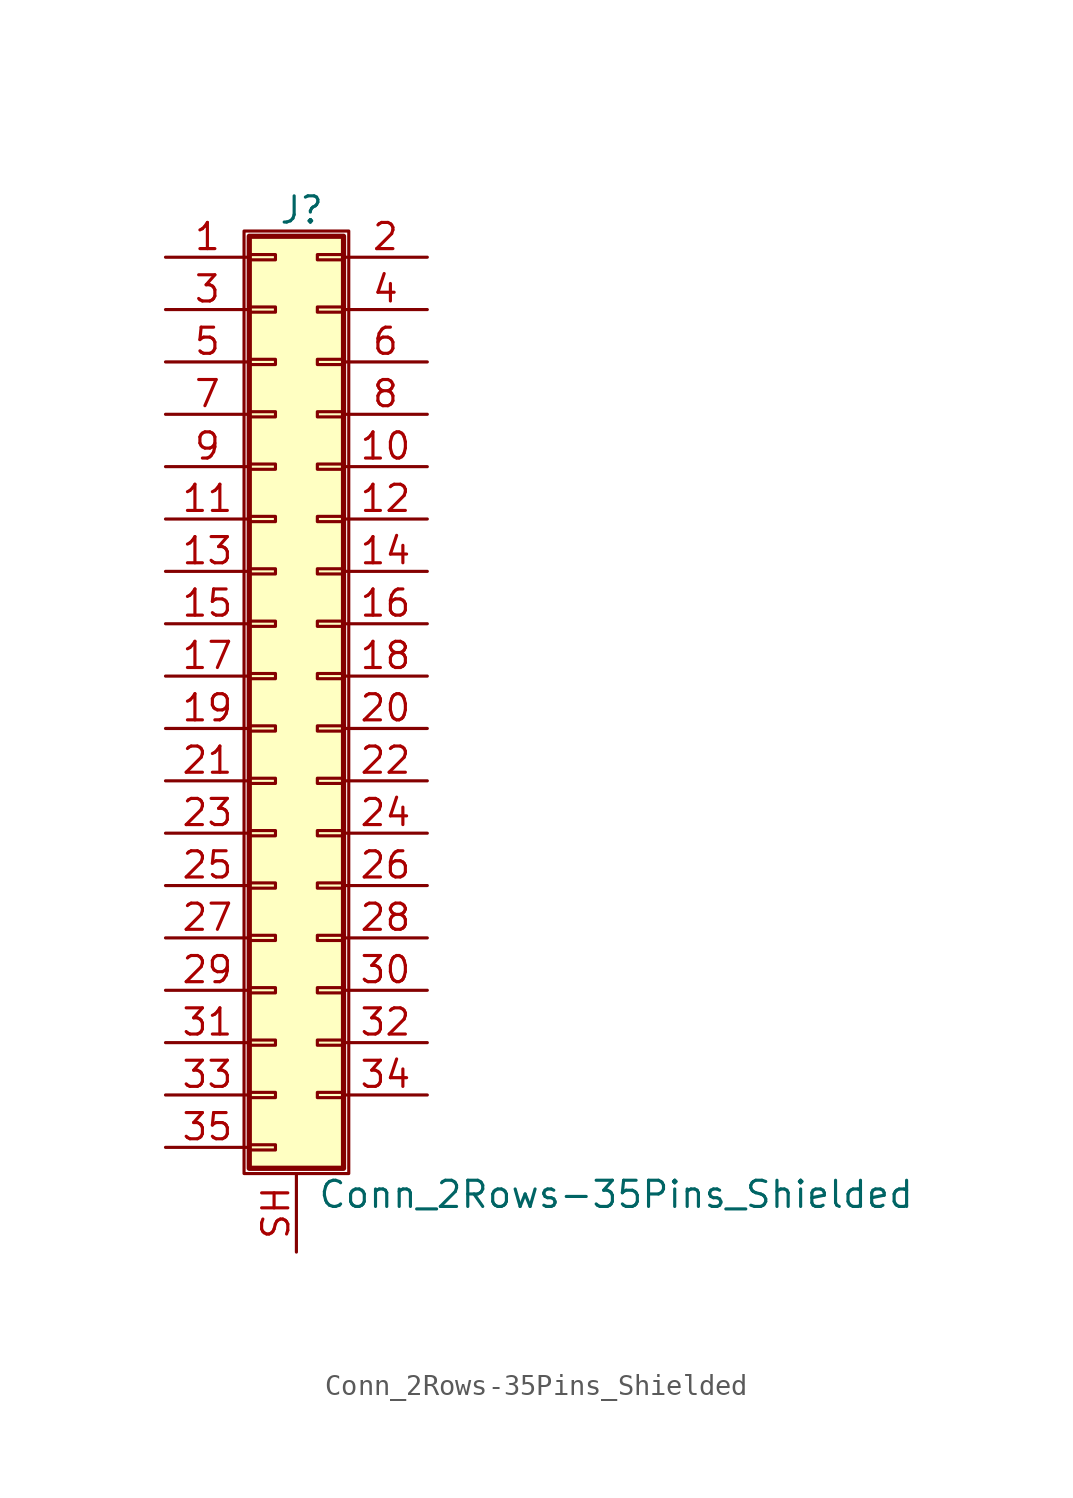
<source format=kicad_sym>
(kicad_symbol_lib
  (version 20220914)
  (generator kicad_symbol_editor)
  (symbol "Conn_2Rows-35Pins_Shielded"
    (pin_names
      (offset 1.016) hide)
    (property "Reference" "J"
      (at 1.524 22.606 0)
      (effects (font (size 1.27 1.27))))
    (property "Value" "Conn_2Rows-35Pins_Shielded"
      (at 2.286 -25.146 0)
      (effects (font (size 1.27 1.27)) (justify left)))
    (symbol "Conn_2Rows-35Pins_Shielded_1_1"
      (rectangle (start -1.27 21.59) (end 3.81 -24.13) (stroke (width 0.152) (type default)) (fill (type none)))
      (rectangle (start -1.016 -22.733) (end 0.254 -22.987) (stroke (width 0.152) (type default)) (fill (type none)))
      (rectangle (start -1.016 -20.193) (end 0.254 -20.447) (stroke (width 0.152) (type default)) (fill (type none)))
      (rectangle (start -1.016 -17.653) (end 0.254 -17.907) (stroke (width 0.152) (type default)) (fill (type none)))
      (rectangle (start -1.016 -15.113) (end 0.254 -15.367) (stroke (width 0.152) (type default)) (fill (type none)))
      (rectangle (start -1.016 -12.573) (end 0.254 -12.827) (stroke (width 0.152) (type default)) (fill (type none)))
      (rectangle (start -1.016 -10.033) (end 0.254 -10.287) (stroke (width 0.152) (type default)) (fill (type none)))
      (rectangle (start -1.016 -7.493) (end 0.254 -7.747) (stroke (width 0.152) (type default)) (fill (type none)))
      (rectangle (start -1.016 -4.953) (end 0.254 -5.207) (stroke (width 0.152) (type default)) (fill (type none)))
      (rectangle (start -1.016 -2.413) (end 0.254 -2.667) (stroke (width 0.152) (type default)) (fill (type none)))
      (rectangle (start -1.016 0.127) (end 0.254 -0.127) (stroke (width 0.152) (type default)) (fill (type none)))
      (rectangle (start -1.016 2.667) (end 0.254 2.413) (stroke (width 0.152) (type default)) (fill (type none)))
      (rectangle (start -1.016 5.207) (end 0.254 4.953) (stroke (width 0.152) (type default)) (fill (type none)))
      (rectangle (start -1.016 7.747) (end 0.254 7.493) (stroke (width 0.152) (type default)) (fill (type none)))
      (rectangle (start -1.016 10.287) (end 0.254 10.033) (stroke (width 0.152) (type default)) (fill (type none)))
      (rectangle (start -1.016 12.827) (end 0.254 12.573) (stroke (width 0.152) (type default)) (fill (type none)))
      (rectangle (start -1.016 15.367) (end 0.254 15.113) (stroke (width 0.152) (type default)) (fill (type none)))
      (rectangle (start -1.016 17.907) (end 0.254 17.653) (stroke (width 0.152) (type default)) (fill (type none)))
      (rectangle (start -1.016 20.447) (end 0.254 20.193) (stroke (width 0.152) (type default)) (fill (type none)))
      (rectangle (start -1.016 21.336) (end 3.556 -23.876) (stroke (width 0.254) (type default)) (fill (type background)))
      (rectangle (start 3.556 -20.193) (end 2.286 -20.447) (stroke (width 0.152) (type default)) (fill (type none)))
      (rectangle (start 3.556 -17.653) (end 2.286 -17.907) (stroke (width 0.152) (type default)) (fill (type none)))
      (rectangle (start 3.556 -15.113) (end 2.286 -15.367) (stroke (width 0.152) (type default)) (fill (type none)))
      (rectangle (start 3.556 -12.573) (end 2.286 -12.827) (stroke (width 0.152) (type default)) (fill (type none)))
      (rectangle (start 3.556 -10.033) (end 2.286 -10.287) (stroke (width 0.152) (type default)) (fill (type none)))
      (rectangle (start 3.556 -7.493) (end 2.286 -7.747) (stroke (width 0.152) (type default)) (fill (type none)))
      (rectangle (start 3.556 -4.953) (end 2.286 -5.207) (stroke (width 0.152) (type default)) (fill (type none)))
      (rectangle (start 3.556 -2.413) (end 2.286 -2.667) (stroke (width 0.152) (type default)) (fill (type none)))
      (rectangle (start 3.556 0.127) (end 2.286 -0.127) (stroke (width 0.152) (type default)) (fill (type none)))
      (rectangle (start 3.556 2.667) (end 2.286 2.413) (stroke (width 0.152) (type default)) (fill (type none)))
      (rectangle (start 3.556 5.207) (end 2.286 4.953) (stroke (width 0.152) (type default)) (fill (type none)))
      (rectangle (start 3.556 7.747) (end 2.286 7.493) (stroke (width 0.152) (type default)) (fill (type none)))
      (rectangle (start 3.556 10.287) (end 2.286 10.033) (stroke (width 0.152) (type default)) (fill (type none)))
      (rectangle (start 3.556 12.827) (end 2.286 12.573) (stroke (width 0.152) (type default)) (fill (type none)))
      (rectangle (start 3.556 15.367) (end 2.286 15.113) (stroke (width 0.152) (type default)) (fill (type none)))
      (rectangle (start 3.556 17.907) (end 2.286 17.653) (stroke (width 0.152) (type default)) (fill (type none)))
      (rectangle (start 3.556 20.447) (end 2.286 20.193) (stroke (width 0.152) (type default)) (fill (type none)))
      (pin passive line (at -5.08 20.32 0) (length 4.064) (name "Pin_1" (effects (font (size 1.27 1.27)))) (number "1" (effects (font (size 1.27 1.27)))))
      (pin passive line (at 7.62 10.16 180) (length 4.064) (name "Pin_10" (effects (font (size 1.27 1.27)))) (number "10" (effects (font (size 1.27 1.27)))))
      (pin passive line (at -5.08 7.62 0) (length 4.064) (name "Pin_11" (effects (font (size 1.27 1.27)))) (number "11" (effects (font (size 1.27 1.27)))))
      (pin passive line (at 7.62 7.62 180) (length 4.064) (name "Pin_12" (effects (font (size 1.27 1.27)))) (number "12" (effects (font (size 1.27 1.27)))))
      (pin passive line (at -5.08 5.08 0) (length 4.064) (name "Pin_13" (effects (font (size 1.27 1.27)))) (number "13" (effects (font (size 1.27 1.27)))))
      (pin passive line (at 7.62 5.08 180) (length 4.064) (name "Pin_14" (effects (font (size 1.27 1.27)))) (number "14" (effects (font (size 1.27 1.27)))))
      (pin passive line (at -5.08 2.54 0) (length 4.064) (name "Pin_15" (effects (font (size 1.27 1.27)))) (number "15" (effects (font (size 1.27 1.27)))))
      (pin passive line (at 7.62 2.54 180) (length 4.064) (name "Pin_16" (effects (font (size 1.27 1.27)))) (number "16" (effects (font (size 1.27 1.27)))))
      (pin passive line (at -5.08 0 0) (length 4.064) (name "Pin_17" (effects (font (size 1.27 1.27)))) (number "17" (effects (font (size 1.27 1.27)))))
      (pin passive line (at 7.62 0 180) (length 4.064) (name "Pin_18" (effects (font (size 1.27 1.27)))) (number "18" (effects (font (size 1.27 1.27)))))
      (pin passive line (at -5.08 -2.54 0) (length 4.064) (name "Pin_19" (effects (font (size 1.27 1.27)))) (number "19" (effects (font (size 1.27 1.27)))))
      (pin passive line (at 7.62 20.32 180) (length 4.064) (name "Pin_2" (effects (font (size 1.27 1.27)))) (number "2" (effects (font (size 1.27 1.27)))))
      (pin passive line (at 7.62 -2.54 180) (length 4.064) (name "Pin_20" (effects (font (size 1.27 1.27)))) (number "20" (effects (font (size 1.27 1.27)))))
      (pin passive line (at -5.08 -5.08 0) (length 4.064) (name "Pin_21" (effects (font (size 1.27 1.27)))) (number "21" (effects (font (size 1.27 1.27)))))
      (pin passive line (at 7.62 -5.08 180) (length 4.064) (name "Pin_22" (effects (font (size 1.27 1.27)))) (number "22" (effects (font (size 1.27 1.27)))))
      (pin passive line (at -5.08 -7.62 0) (length 4.064) (name "Pin_23" (effects (font (size 1.27 1.27)))) (number "23" (effects (font (size 1.27 1.27)))))
      (pin passive line (at 7.62 -7.62 180) (length 4.064) (name "Pin_24" (effects (font (size 1.27 1.27)))) (number "24" (effects (font (size 1.27 1.27)))))
      (pin passive line (at -5.08 -10.16 0) (length 4.064) (name "Pin_25" (effects (font (size 1.27 1.27)))) (number "25" (effects (font (size 1.27 1.27)))))
      (pin passive line (at 7.62 -10.16 180) (length 4.064) (name "Pin_26" (effects (font (size 1.27 1.27)))) (number "26" (effects (font (size 1.27 1.27)))))
      (pin passive line (at -5.08 -12.7 0) (length 4.064) (name "Pin_27" (effects (font (size 1.27 1.27)))) (number "27" (effects (font (size 1.27 1.27)))))
      (pin passive line (at 7.62 -12.7 180) (length 4.064) (name "Pin_28" (effects (font (size 1.27 1.27)))) (number "28" (effects (font (size 1.27 1.27)))))
      (pin passive line (at -5.08 -15.24 0) (length 4.064) (name "Pin_29" (effects (font (size 1.27 1.27)))) (number "29" (effects (font (size 1.27 1.27)))))
      (pin passive line (at -5.08 17.78 0) (length 4.064) (name "Pin_3" (effects (font (size 1.27 1.27)))) (number "3" (effects (font (size 1.27 1.27)))))
      (pin passive line (at 7.62 -15.24 180) (length 4.064) (name "Pin_30" (effects (font (size 1.27 1.27)))) (number "30" (effects (font (size 1.27 1.27)))))
      (pin passive line (at -5.08 -17.78 0) (length 4.064) (name "Pin_31" (effects (font (size 1.27 1.27)))) (number "31" (effects (font (size 1.27 1.27)))))
      (pin passive line (at 7.62 -17.78 180) (length 4.064) (name "Pin_32" (effects (font (size 1.27 1.27)))) (number "32" (effects (font (size 1.27 1.27)))))
      (pin passive line (at -5.08 -20.32 0) (length 4.064) (name "Pin_33" (effects (font (size 1.27 1.27)))) (number "33" (effects (font (size 1.27 1.27)))))
      (pin passive line (at 7.62 -20.32 180) (length 4.064) (name "Pin_34" (effects (font (size 1.27 1.27)))) (number "34" (effects (font (size 1.27 1.27)))))
      (pin passive line (at -5.08 -22.86 0) (length 4.064) (name "Pin_35" (effects (font (size 1.27 1.27)))) (number "35" (effects (font (size 1.27 1.27)))))
      (pin passive line (at 7.62 17.78 180) (length 4.064) (name "Pin_4" (effects (font (size 1.27 1.27)))) (number "4" (effects (font (size 1.27 1.27)))))
      (pin passive line (at -5.08 15.24 0) (length 4.064) (name "Pin_5" (effects (font (size 1.27 1.27)))) (number "5" (effects (font (size 1.27 1.27)))))
      (pin passive line (at 7.62 15.24 180) (length 4.064) (name "Pin_6" (effects (font (size 1.27 1.27)))) (number "6" (effects (font (size 1.27 1.27)))))
      (pin passive line (at -5.08 12.7 0) (length 4.064) (name "Pin_7" (effects (font (size 1.27 1.27)))) (number "7" (effects (font (size 1.27 1.27)))))
      (pin passive line (at 7.62 12.7 180) (length 4.064) (name "Pin_8" (effects (font (size 1.27 1.27)))) (number "8" (effects (font (size 1.27 1.27)))))
      (pin passive line (at -5.08 10.16 0) (length 4.064) (name "Pin_9" (effects (font (size 1.27 1.27)))) (number "9" (effects (font (size 1.27 1.27)))))
      (pin passive line (at 1.27 -27.94 90) (length 3.81) (name "Shield" (effects (font (size 1.27 1.27)))) (number "SH" (effects (font (size 1.27 1.27))))))))
</source>
